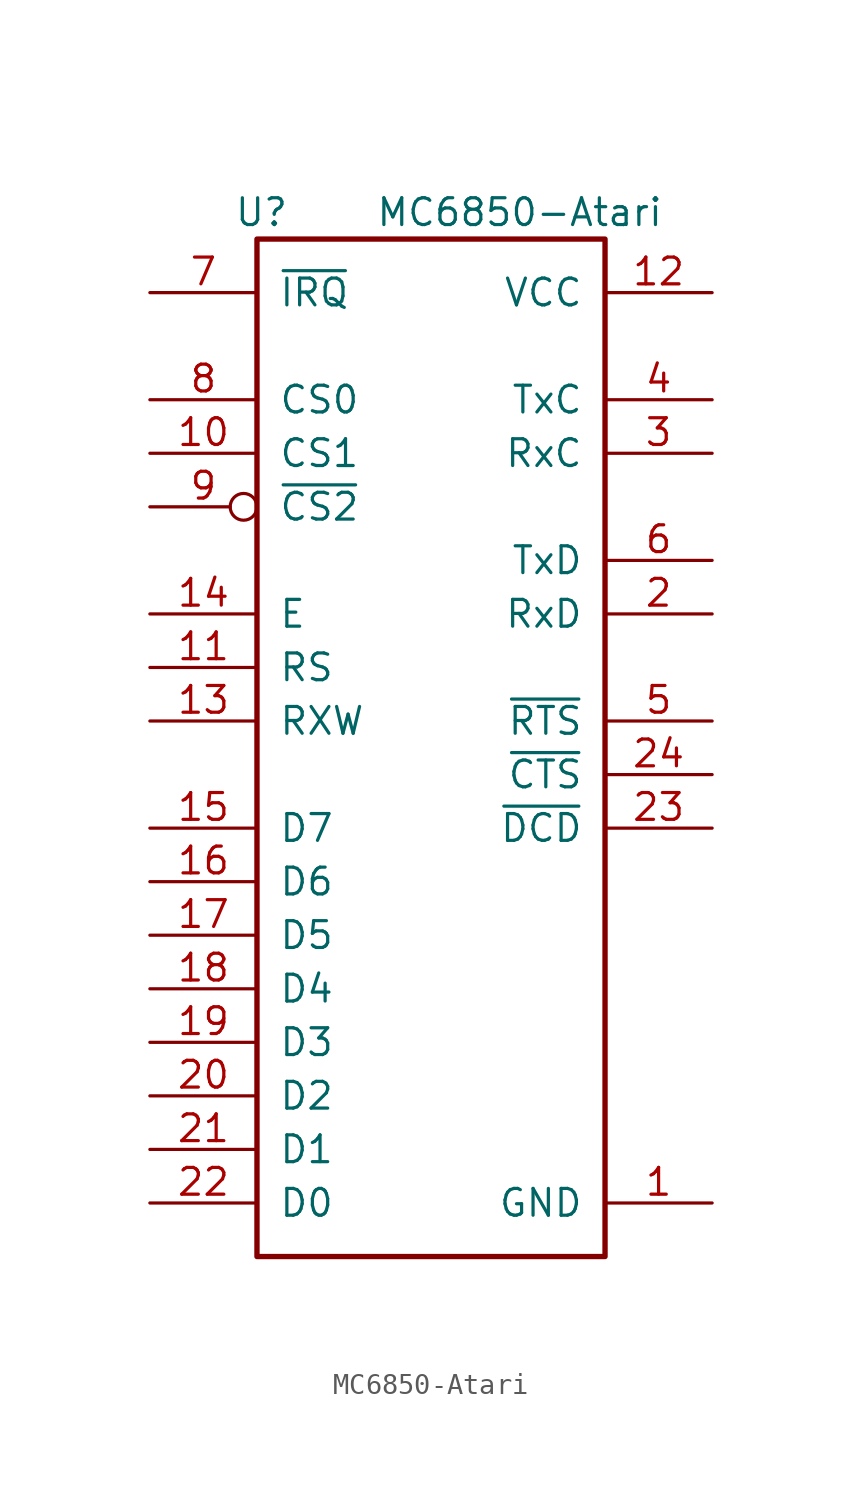
<source format=kicad_sym>
(kicad_symbol_lib
  (version 20231120)
  (generator "kicad_symbol_editor")
  (generator_version "8.0")
  (symbol "MC6850-Atari"
    (pin_names
      (offset 1.016))
    (property "Reference" "U"
      (at -7.366 31.75 0)
      (effects (font (size 1.27 1.27)) (justify right)))
    (property "Value" "MC6850-Atari"
      (at 10.414 31.75 0)
      (effects (font (size 1.27 1.27)) (justify right)))
    (symbol "MC6850-Atari_1_1"
      (rectangle (start -8.89 -17.78) (end 7.62 30.48) (stroke (width 0.254) (type solid)) (fill (type none)))
      (pin power_in line (at 12.7 -15.24 180) (length 5.08) (name "GND" (effects (font (size 1.27 1.27)))) (number "1" (effects (font (size 1.27 1.27)))))
      (pin input line (at -13.97 20.32 0) (length 5.08) (name "CS1" (effects (font (size 1.27 1.27)))) (number "10" (effects (font (size 1.27 1.27)))))
      (pin input line (at -13.97 10.16 0) (length 5.08) (name "RS" (effects (font (size 1.27 1.27)))) (number "11" (effects (font (size 1.27 1.27)))))
      (pin power_in line (at 12.7 27.94 180) (length 5.08) (name "VCC" (effects (font (size 1.27 1.27)))) (number "12" (effects (font (size 1.27 1.27)))))
      (pin input line (at -13.97 7.62 0) (length 5.08) (name "RXW" (effects (font (size 1.27 1.27)))) (number "13" (effects (font (size 1.27 1.27)))))
      (pin input line (at -13.97 12.7 0) (length 5.08) (name "E" (effects (font (size 1.27 1.27)))) (number "14" (effects (font (size 1.27 1.27)))))
      (pin bidirectional line (at -13.97 2.54 0) (length 5.08) (name "D7" (effects (font (size 1.27 1.27)))) (number "15" (effects (font (size 1.27 1.27)))))
      (pin bidirectional line (at -13.97 0 0) (length 5.08) (name "D6" (effects (font (size 1.27 1.27)))) (number "16" (effects (font (size 1.27 1.27)))))
      (pin bidirectional line (at -13.97 -2.54 0) (length 5.08) (name "D5" (effects (font (size 1.27 1.27)))) (number "17" (effects (font (size 1.27 1.27)))))
      (pin bidirectional line (at -13.97 -5.08 0) (length 5.08) (name "D4" (effects (font (size 1.27 1.27)))) (number "18" (effects (font (size 1.27 1.27)))))
      (pin bidirectional line (at -13.97 -7.62 0) (length 5.08) (name "D3" (effects (font (size 1.27 1.27)))) (number "19" (effects (font (size 1.27 1.27)))))
      (pin input line (at 12.7 12.7 180) (length 5.08) (name "RxD" (effects (font (size 1.27 1.27)))) (number "2" (effects (font (size 1.27 1.27)))))
      (pin bidirectional line (at -13.97 -10.16 0) (length 5.08) (name "D2" (effects (font (size 1.27 1.27)))) (number "20" (effects (font (size 1.27 1.27)))))
      (pin bidirectional line (at -13.97 -12.7 0) (length 5.08) (name "D1" (effects (font (size 1.27 1.27)))) (number "21" (effects (font (size 1.27 1.27)))))
      (pin bidirectional line (at -13.97 -15.24 0) (length 5.08) (name "D0" (effects (font (size 1.27 1.27)))) (number "22" (effects (font (size 1.27 1.27)))))
      (pin input line (at 12.7 2.54 180) (length 5.08) (name "~{DCD}" (effects (font (size 1.27 1.27)))) (number "23" (effects (font (size 1.27 1.27)))))
      (pin input line (at 12.7 5.08 180) (length 5.08) (name "~{CTS}" (effects (font (size 1.27 1.27)))) (number "24" (effects (font (size 1.27 1.27)))))
      (pin input line (at 12.7 20.32 180) (length 5.08) (name "RxC" (effects (font (size 1.27 1.27)))) (number "3" (effects (font (size 1.27 1.27)))))
      (pin input line (at 12.7 22.86 180) (length 5.08) (name "TxC" (effects (font (size 1.27 1.27)))) (number "4" (effects (font (size 1.27 1.27)))))
      (pin output line (at 12.7 7.62 180) (length 5.08) (name "~{RTS}" (effects (font (size 1.27 1.27)))) (number "5" (effects (font (size 1.27 1.27)))))
      (pin output line (at 12.7 15.24 180) (length 5.08) (name "TxD" (effects (font (size 1.27 1.27)))) (number "6" (effects (font (size 1.27 1.27)))))
      (pin output line (at -13.97 27.94 0) (length 5.08) (name "~{IRQ}" (effects (font (size 1.27 1.27)))) (number "7" (effects (font (size 1.27 1.27)))))
      (pin input line (at -13.97 22.86 0) (length 5.08) (name "CS0" (effects (font (size 1.27 1.27)))) (number "8" (effects (font (size 1.27 1.27)))))
      (pin input inverted (at -13.97 17.78 0) (length 5.08) (name "~{CS2}" (effects (font (size 1.27 1.27)))) (number "9" (effects (font (size 1.27 1.27))))))))
</source>
